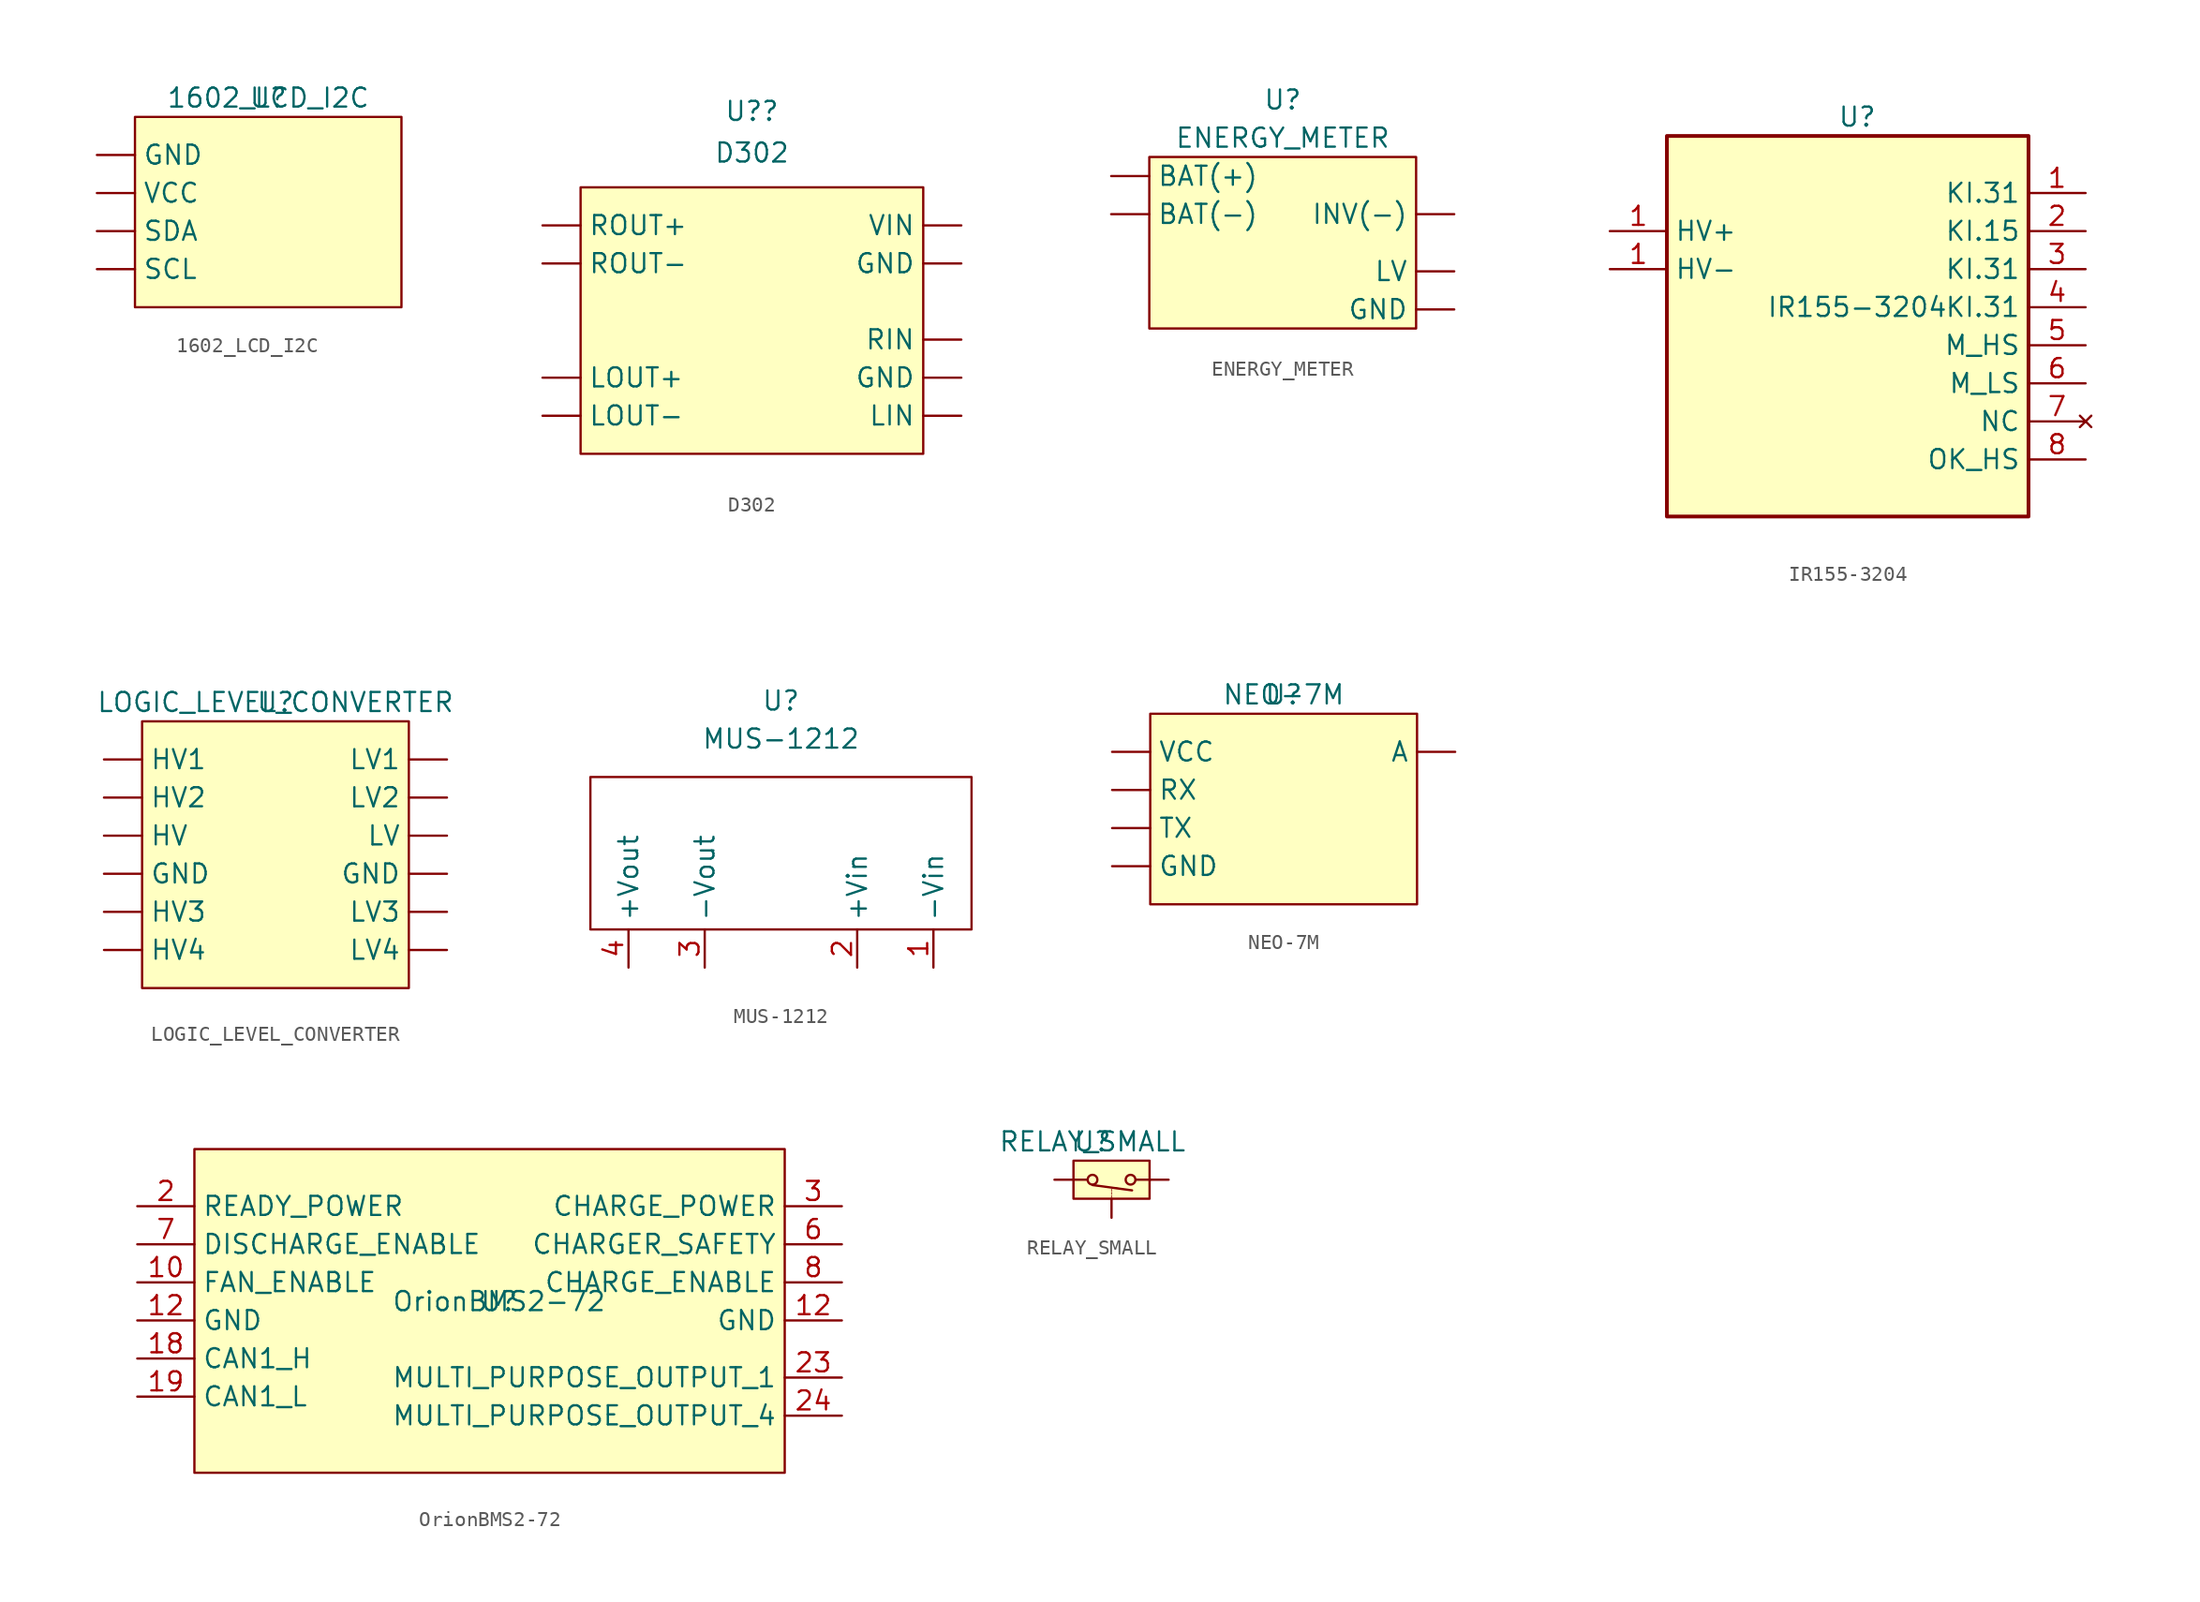
<source format=kicad_sym>
(kicad_symbol_lib
  (version 20211014)
  (generator kicad_symbol_editor)
  (symbol "1602_LCD_I2C"
    (property "Reference" "U"
      (at 0 0 0)
      (effects (font (size 1.27 1.27))))
    (property "Value" "1602_LCD_I2C"
      (at 0 0 0)
      (effects (font (size 1.27 1.27))))
    (symbol "1602_LCD_I2C_0_1"
      (rectangle (start -8.89 -13.97) (end 8.89 -1.27) (stroke (width 0.152) (type default) (color 0 0 0 0)) (fill (type background))))
    (symbol "1602_LCD_I2C_1_1"
      (pin input line (at -11.43 -3.81 0) (length 2.54) (name "GND" (effects (font (size 1.27 1.27)))) (number "" (effects (font (size 1.27 1.27)))))
      (pin input line (at -11.43 -11.43 0) (length 2.54) (name "SCL" (effects (font (size 1.27 1.27)))) (number "" (effects (font (size 1.27 1.27)))))
      (pin input line (at -11.43 -8.89 0) (length 2.54) (name "SDA" (effects (font (size 1.27 1.27)))) (number "" (effects (font (size 1.27 1.27)))))
      (pin input line (at -11.43 -6.35 0) (length 2.54) (name "VCC" (effects (font (size 1.27 1.27)))) (number "" (effects (font (size 1.27 1.27)))))))
  (symbol "D302"
    (property "Reference" "U?"
      (at 0 3.81 0)
      (effects (font (size 1.27 1.27))))
    (property "Value" "D302"
      (at 0 1.035 0)
      (effects (font (size 1.27 1.27))))
    (symbol "D302_0_1"
      (rectangle (start -11.43 -1.27) (end 11.43 -19.05) (stroke (width 0.152) (type default) (color 0 0 0 0)) (fill (type background))))
    (symbol "D302_1_1"
      (pin input line (at 13.97 -13.97 180) (length 2.54) (name "GND" (effects (font (size 1.27 1.27)))) (number "" (effects (font (size 1.27 1.27)))))
      (pin input line (at 13.97 -6.35 180) (length 2.54) (name "GND" (effects (font (size 1.27 1.27)))) (number "" (effects (font (size 1.27 1.27)))))
      (pin input line (at 13.97 -16.51 180) (length 2.54) (name "LIN" (effects (font (size 1.27 1.27)))) (number "" (effects (font (size 1.27 1.27)))))
      (pin input line (at -13.97 -13.97 0) (length 2.54) (name "LOUT+" (effects (font (size 1.27 1.27)))) (number "" (effects (font (size 1.27 1.27)))))
      (pin input line (at -13.97 -16.51 0) (length 2.54) (name "LOUT-" (effects (font (size 1.27 1.27)))) (number "" (effects (font (size 1.27 1.27)))))
      (pin input line (at 13.97 -11.43 180) (length 2.54) (name "RIN" (effects (font (size 1.27 1.27)))) (number "" (effects (font (size 1.27 1.27)))))
      (pin input line (at -13.97 -3.81 0) (length 2.54) (name "ROUT+" (effects (font (size 1.27 1.27)))) (number "" (effects (font (size 1.27 1.27)))))
      (pin input line (at -13.97 -6.35 0) (length 2.54) (name "ROUT-" (effects (font (size 1.27 1.27)))) (number "" (effects (font (size 1.27 1.27)))))
      (pin input line (at 13.97 -3.81 180) (length 2.54) (name "VIN" (effects (font (size 1.27 1.27)))) (number "" (effects (font (size 1.27 1.27)))))))
  (symbol "ENERGY_METER"
    (property "Reference" "U"
      (at 0 10.16 0)
      (effects (font (size 1.27 1.27))))
    (property "Value" "ENERGY_METER"
      (at 0 7.62 0)
      (effects (font (size 1.27 1.27))))
    (symbol "ENERGY_METER_0_1"
      (rectangle (start -8.89 6.35) (end 8.89 -5.08) (stroke (width 0.152) (type default) (color 0 0 0 0)) (fill (type background))))
    (symbol "ENERGY_METER_1_1"
      (pin input line (at -11.43 5.08 0) (length 2.54) (name "BAT(+)" (effects (font (size 1.27 1.27)))) (number "" (effects (font (size 1.27 1.27)))))
      (pin input line (at -11.43 2.54 0) (length 2.54) (name "BAT(-)" (effects (font (size 1.27 1.27)))) (number "" (effects (font (size 1.27 1.27)))))
      (pin input line (at 11.43 -3.81 180) (length 2.54) (name "GND" (effects (font (size 1.27 1.27)))) (number "" (effects (font (size 1.27 1.27)))))
      (pin input line (at 11.43 2.54 180) (length 2.54) (name "INV(-)" (effects (font (size 1.27 1.27)))) (number "" (effects (font (size 1.27 1.27)))))
      (pin input line (at 11.43 -1.27 180) (length 2.54) (name "LV" (effects (font (size 1.27 1.27)))) (number "" (effects (font (size 1.27 1.27)))))))
  (symbol "IR155-3204"
    (property "Reference" "U"
      (at 0 12.7 0)
      (effects (font (size 1.27 1.27))))
    (property "Value" "IR155-3204"
      (at 0 0 0)
      (effects (font (size 1.27 1.27))))
    (symbol "IR155-3204_0_1"
      (rectangle (start -12.7 11.43) (end 11.43 -13.97) (stroke (width 0.25) (type default) (color 0 0 0 0)) (fill (type background))))
    (symbol "IR155-3204_1_1"
      (pin input line (at -16.51 5.08 0) (length 3.81) (name "HV+" (effects (font (size 1.27 1.27)))) (number "1" (effects (font (size 1.27 1.27)))))
      (pin input line (at -16.51 2.54 0) (length 3.81) (name "HV-" (effects (font (size 1.27 1.27)))) (number "1" (effects (font (size 1.27 1.27)))))
      (pin input line (at 15.24 7.62 180) (length 3.81) (name "KI.31" (effects (font (size 1.27 1.27)))) (number "1" (effects (font (size 1.27 1.27)))))
      (pin input line (at 15.24 5.08 180) (length 3.81) (name "KI.15" (effects (font (size 1.27 1.27)))) (number "2" (effects (font (size 1.27 1.27)))))
      (pin input line (at 15.24 2.54 180) (length 3.81) (name "KI.31" (effects (font (size 1.27 1.27)))) (number "3" (effects (font (size 1.27 1.27)))))
      (pin input line (at 15.24 0 180) (length 3.81) (name "KI.31" (effects (font (size 1.27 1.27)))) (number "4" (effects (font (size 1.27 1.27)))))
      (pin input line (at 15.24 -2.54 180) (length 3.81) (name "M_HS" (effects (font (size 1.27 1.27)))) (number "5" (effects (font (size 1.27 1.27)))))
      (pin input line (at 15.24 -5.08 180) (length 3.81) (name "M_LS" (effects (font (size 1.27 1.27)))) (number "6" (effects (font (size 1.27 1.27)))))
      (pin no_connect line (at 15.24 -7.62 180) (length 3.81) (name "NC" (effects (font (size 1.27 1.27)))) (number "7" (effects (font (size 1.27 1.27)))))
      (pin input line (at 15.24 -10.16 180) (length 3.81) (name "OK_HS" (effects (font (size 1.27 1.27)))) (number "8" (effects (font (size 1.27 1.27)))))))
  (symbol "LOGIC_LEVEL_CONVERTER"
    (property "Reference" "U"
      (at 0 0 0)
      (effects (font (size 1.27 1.27))))
    (property "Value" "LOGIC_LEVEL_CONVERTER"
      (at 0 0 0)
      (effects (font (size 1.27 1.27))))
    (symbol "LOGIC_LEVEL_CONVERTER_0_1"
      (rectangle (start -8.89 -1.27) (end 8.89 -19.05) (stroke (width 0.152) (type default) (color 0 0 0 0)) (fill (type background))))
    (symbol "LOGIC_LEVEL_CONVERTER_1_1"
      (pin input line (at -11.43 -11.43 0) (length 2.54) (name "GND" (effects (font (size 1.27 1.27)))) (number "" (effects (font (size 1.27 1.27)))))
      (pin input line (at 11.43 -11.43 180) (length 2.54) (name "GND" (effects (font (size 1.27 1.27)))) (number "" (effects (font (size 1.27 1.27)))))
      (pin input line (at -11.43 -8.89 0) (length 2.54) (name "HV" (effects (font (size 1.27 1.27)))) (number "" (effects (font (size 1.27 1.27)))))
      (pin input line (at -11.43 -3.81 0) (length 2.54) (name "HV1" (effects (font (size 1.27 1.27)))) (number "" (effects (font (size 1.27 1.27)))))
      (pin input line (at -11.43 -6.35 0) (length 2.54) (name "HV2" (effects (font (size 1.27 1.27)))) (number "" (effects (font (size 1.27 1.27)))))
      (pin input line (at -11.43 -13.97 0) (length 2.54) (name "HV3" (effects (font (size 1.27 1.27)))) (number "" (effects (font (size 1.27 1.27)))))
      (pin input line (at -11.43 -16.51 0) (length 2.54) (name "HV4" (effects (font (size 1.27 1.27)))) (number "" (effects (font (size 1.27 1.27)))))
      (pin input line (at 11.43 -8.89 180) (length 2.54) (name "LV" (effects (font (size 1.27 1.27)))) (number "" (effects (font (size 1.27 1.27)))))
      (pin input line (at 11.43 -3.81 180) (length 2.54) (name "LV1" (effects (font (size 1.27 1.27)))) (number "" (effects (font (size 1.27 1.27)))))
      (pin input line (at 11.43 -6.35 180) (length 2.54) (name "LV2" (effects (font (size 1.27 1.27)))) (number "" (effects (font (size 1.27 1.27)))))
      (pin input line (at 11.43 -13.97 180) (length 2.54) (name "LV3" (effects (font (size 1.27 1.27)))) (number "" (effects (font (size 1.27 1.27)))))
      (pin input line (at 11.43 -16.51 180) (length 2.54) (name "LV4" (effects (font (size 1.27 1.27)))) (number "" (effects (font (size 1.27 1.27)))))))
  (symbol "MUS-1212"
    (property "Reference" "U"
      (at 0 5.08 0)
      (effects (font (size 1.27 1.27))))
    (property "Value" "MUS-1212"
      (at 0 2.54 0)
      (effects (font (size 1.27 1.27))))
    (symbol "MUS-1212_0_1"
      (rectangle (start -12.7 0) (end 12.7 -10.16) (stroke (width 0.152) (type default) (color 0 0 0 0)) (fill (type none))))
    (symbol "MUS-1212_1_1"
      (pin input line (at 10.16 -12.7 90) (length 2.54) (name "-Vin" (effects (font (size 1.27 1.27)))) (number "1" (effects (font (size 1.27 1.27)))))
      (pin input line (at 5.08 -12.7 90) (length 2.54) (name "+Vin" (effects (font (size 1.27 1.27)))) (number "2" (effects (font (size 1.27 1.27)))))
      (pin input line (at -5.08 -12.7 90) (length 2.54) (name "-Vout" (effects (font (size 1.27 1.27)))) (number "3" (effects (font (size 1.27 1.27)))))
      (pin input line (at -10.16 -12.7 90) (length 2.54) (name "+Vout" (effects (font (size 1.27 1.27)))) (number "4" (effects (font (size 1.27 1.27)))))))
  (symbol "NEO-7M"
    (property "Reference" "U"
      (at 0 0 0)
      (effects (font (size 1.27 1.27))))
    (property "Value" "NEO-7M"
      (at 0 0 0)
      (effects (font (size 1.27 1.27))))
    (symbol "NEO-7M_0_1"
      (rectangle (start -8.89 -13.97) (end 8.89 -1.27) (stroke (width 0.152) (type default) (color 0 0 0 0)) (fill (type background))))
    (symbol "NEO-7M_1_1"
      (pin input line (at 11.43 -3.81 180) (length 2.54) (name "A" (effects (font (size 1.27 1.27)))) (number "" (effects (font (size 1.27 1.27)))))
      (pin input line (at -11.43 -11.43 0) (length 2.54) (name "GND" (effects (font (size 1.27 1.27)))) (number "" (effects (font (size 1.27 1.27)))))
      (pin input line (at -11.43 -6.35 0) (length 2.54) (name "RX" (effects (font (size 1.27 1.27)))) (number "" (effects (font (size 1.27 1.27)))))
      (pin input line (at -11.43 -8.89 0) (length 2.54) (name "TX" (effects (font (size 1.27 1.27)))) (number "" (effects (font (size 1.27 1.27)))))
      (pin input line (at -11.43 -3.81 0) (length 2.54) (name "VCC" (effects (font (size 1.27 1.27)))) (number "" (effects (font (size 1.27 1.27)))))))
  (symbol "OrionBMS2-72"
    (property "Reference" "U"
      (at 0 0 0)
      (effects (font (size 1.27 1.27))))
    (property "Value" "OrionBMS2-72"
      (at 0 0 0)
      (effects (font (size 1.27 1.27))))
    (symbol "OrionBMS2-72_0_1"
      (rectangle (start -20.32 10.16) (end 19.05 -11.43) (stroke (width 0) (type default) (color 0 0 0 0)) (fill (type background))))
    (symbol "OrionBMS2-72_1_1"
      (pin input line (at -24.13 1.27 0) (length 3.81) (name "FAN_ENABLE" (effects (font (size 1.27 1.27)))) (number "10" (effects (font (size 1.27 1.27)))))
      (pin input line (at -24.13 -1.27 0) (length 3.81) (name "GND" (effects (font (size 1.27 1.27)))) (number "12" (effects (font (size 1.27 1.27)))))
      (pin input line (at 22.86 -1.27 180) (length 3.81) (name "GND" (effects (font (size 1.27 1.27)))) (number "12" (effects (font (size 1.27 1.27)))))
      (pin input line (at -24.13 -3.81 0) (length 3.81) (name "CAN1_H" (effects (font (size 1.27 1.27)))) (number "18" (effects (font (size 1.27 1.27)))))
      (pin input line (at -24.13 -6.35 0) (length 3.81) (name "CAN1_L" (effects (font (size 1.27 1.27)))) (number "19" (effects (font (size 1.27 1.27)))))
      (pin input line (at -24.13 6.35 0) (length 3.81) (name "READY_POWER" (effects (font (size 1.27 1.27)))) (number "2" (effects (font (size 1.27 1.27)))))
      (pin input line (at 22.86 -5.08 180) (length 3.81) (name "MULTI_PURPOSE_OUTPUT_1" (effects (font (size 1.27 1.27)))) (number "23" (effects (font (size 1.27 1.27)))))
      (pin input line (at 22.86 -7.62 180) (length 3.81) (name "MULTI_PURPOSE_OUTPUT_4" (effects (font (size 1.27 1.27)))) (number "24" (effects (font (size 1.27 1.27)))))
      (pin input line (at 22.86 6.35 180) (length 3.81) (name "CHARGE_POWER" (effects (font (size 1.27 1.27)))) (number "3" (effects (font (size 1.27 1.27)))))
      (pin input line (at 22.86 3.81 180) (length 3.81) (name "CHARGER_SAFETY" (effects (font (size 1.27 1.27)))) (number "6" (effects (font (size 1.27 1.27)))))
      (pin input line (at -24.13 3.81 0) (length 3.81) (name "DISCHARGE_ENABLE" (effects (font (size 1.27 1.27)))) (number "7" (effects (font (size 1.27 1.27)))))
      (pin input line (at 22.86 1.27 180) (length 3.81) (name "CHARGE_ENABLE" (effects (font (size 1.27 1.27)))) (number "8" (effects (font (size 1.27 1.27)))))))
  (symbol "RELAY_SMALL"
    (property "Reference" "U"
      (at 0 0 0)
      (effects (font (size 1.27 1.27))))
    (property "Value" "RELAY_SMALL"
      (at 0 0 0)
      (effects (font (size 1.27 1.27))))
    (symbol "RELAY_SMALL_0_1"
      (rectangle (start -1.27 -1.27) (end 3.81 -3.81) (stroke (width 0) (type default) (color 0 0 0 0)) (fill (type background)))
      (circle (center 0 -2.54) (radius 0.325) (stroke (width 0) (type default) (color 0 0 0 0)) (fill (type none)))
      (polyline (pts (xy 0 -2.896) (xy 2.642 -3.251)) (stroke (width 0) (type default) (color 0 0 0 0)) (fill (type none)))
      (polyline (pts (xy 1.27 -3.708) (xy 1.27 -3.581)) (stroke (width 0.05) (type default) (color 0 0 0 0)) (fill (type none)))
      (polyline (pts (xy 1.27 -3.505) (xy 1.27 -3.378)) (stroke (width 0.05) (type default) (color 0 0 0 0)) (fill (type none)))
      (polyline (pts (xy 1.27 -3.302) (xy 1.27 -3.175)) (stroke (width 0.05) (type default) (color 0 0 0 0)) (fill (type none)))
      (polyline (pts (xy 3.861 -2.54) (xy 2.896 -2.54)) (stroke (width 0) (type default) (color 0 0 0 0)) (fill (type none)))
      (polyline (pts (xy -1.219 -2.54) (xy -0.356 -2.54) (xy -0.406 -2.54)) (stroke (width 0) (type default) (color 0 0 0 0)) (fill (type none)))
      (circle (center 2.54 -2.54) (radius 0.325) (stroke (width 0) (type default) (color 0 0 0 0)) (fill (type none))))
    (symbol "RELAY_SMALL_1_1"
      (pin input line (at -2.54 -2.54 0) (length 1.27) (name "" (effects (font (size 1.27 1.27)))) (number "" (effects (font (size 1.27 1.27)))))
      (pin input line (at 1.27 -5.08 90) (length 1.27) (name "" (effects (font (size 1.27 1.27)))) (number "" (effects (font (size 1.27 1.27)))))
      (pin input line (at 5.08 -2.54 180) (length 1.27) (name "" (effects (font (size 1.27 1.27)))) (number "" (effects (font (size 1.27 1.27))))))))
</source>
